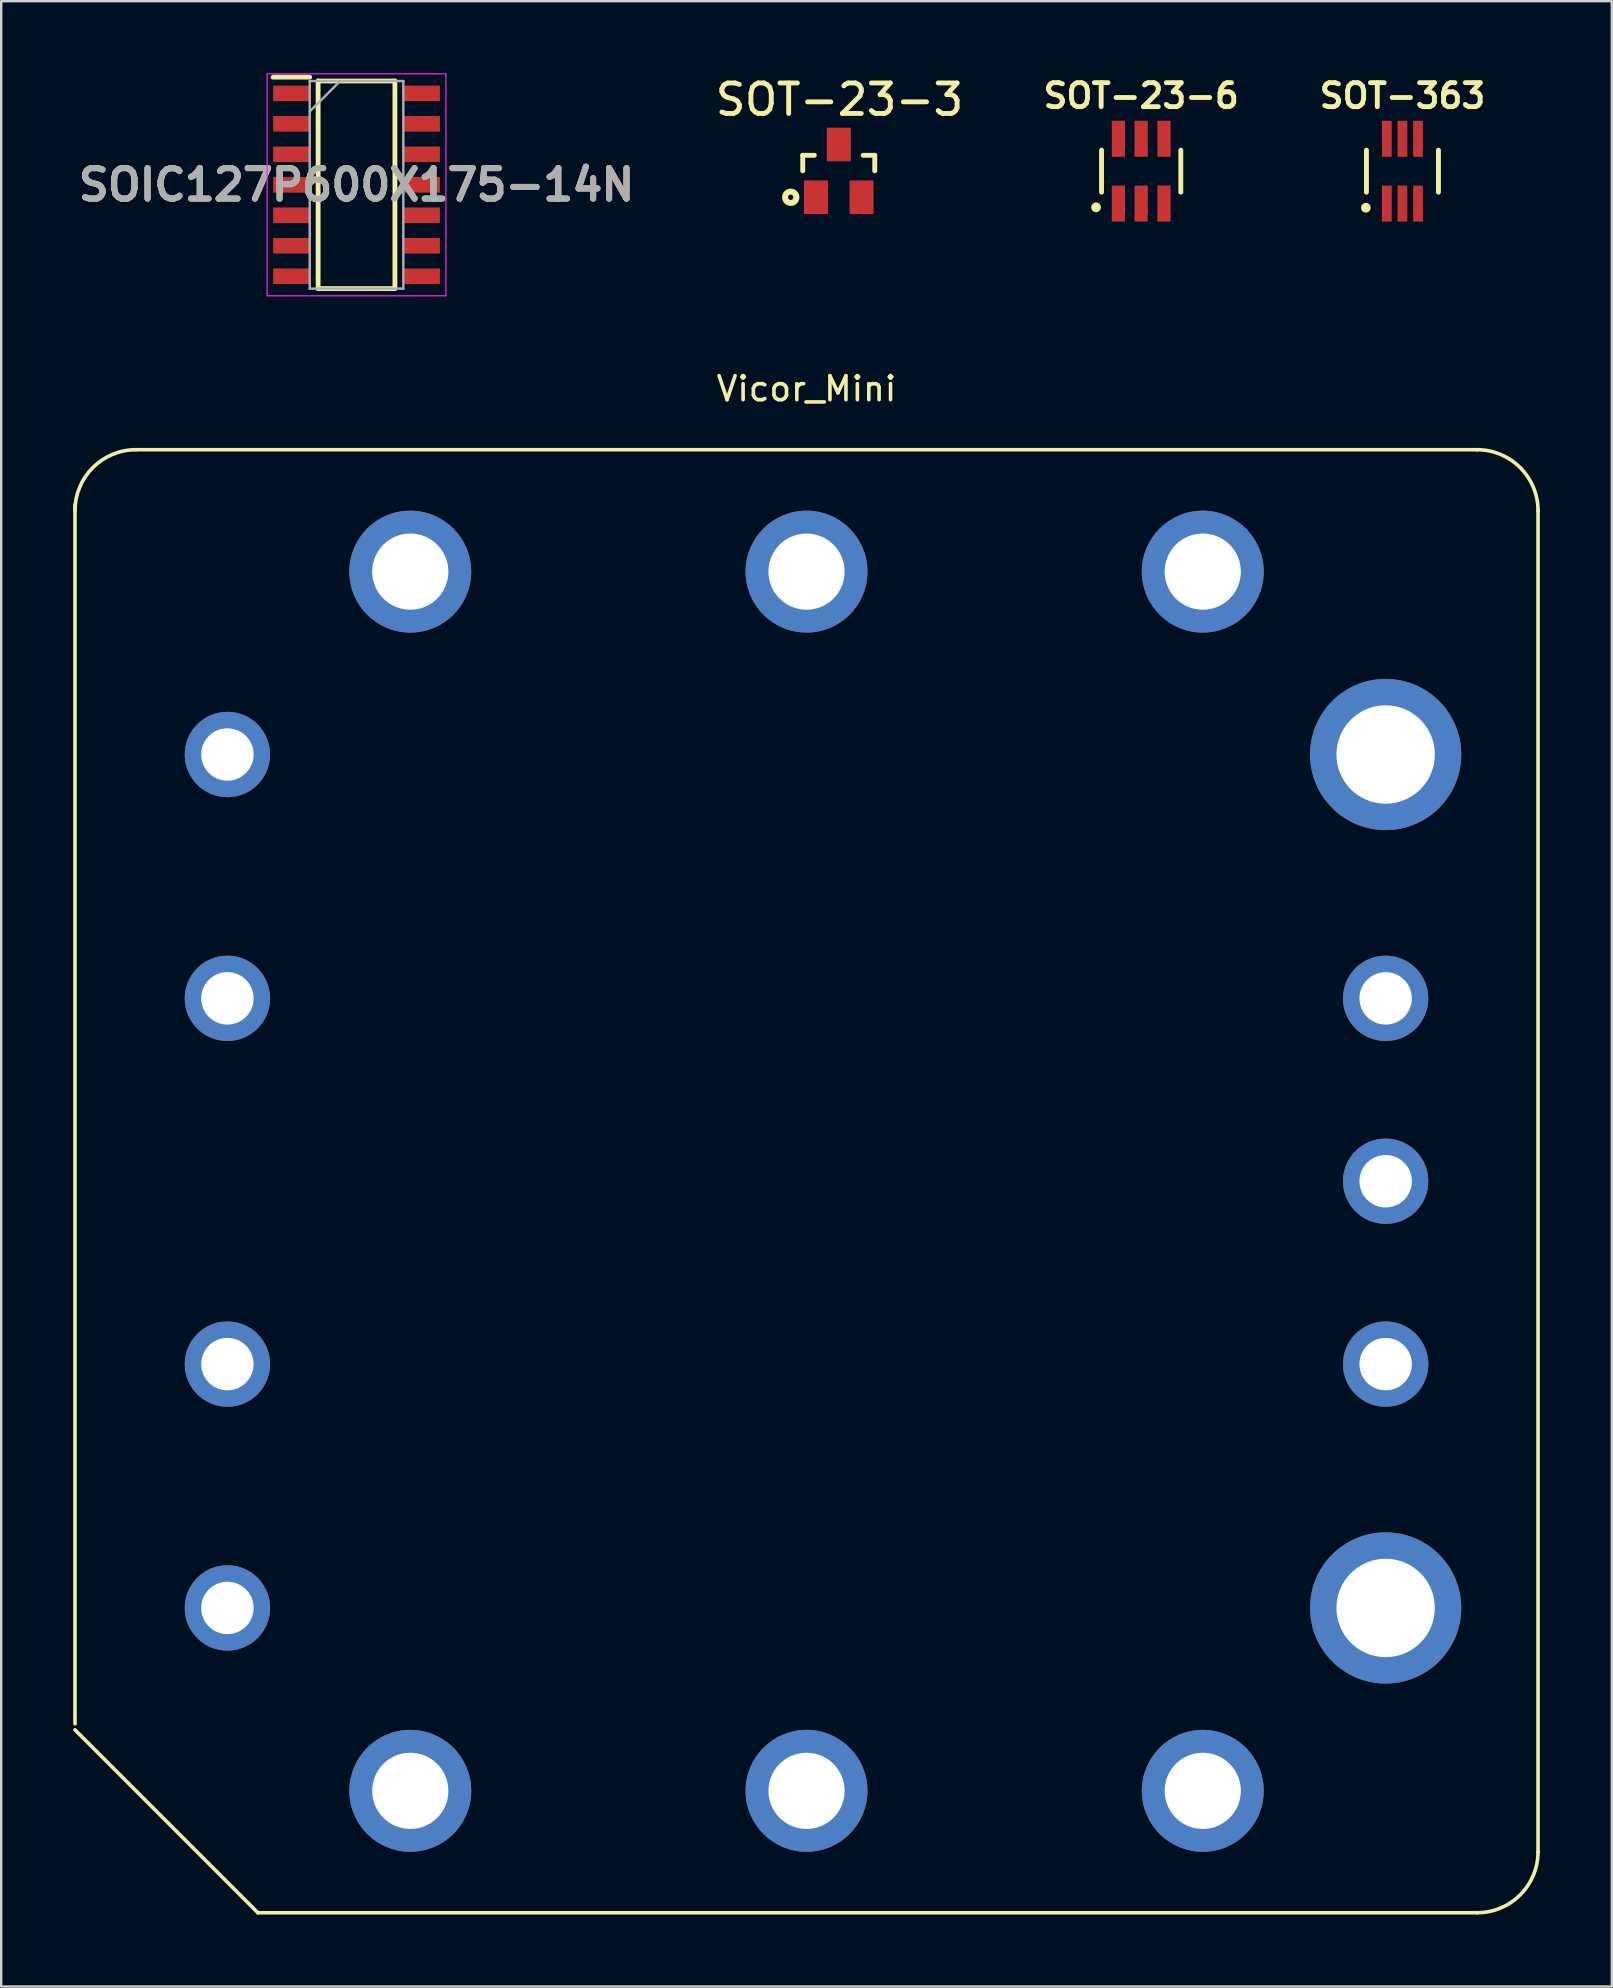
<source format=kicad_pcb>
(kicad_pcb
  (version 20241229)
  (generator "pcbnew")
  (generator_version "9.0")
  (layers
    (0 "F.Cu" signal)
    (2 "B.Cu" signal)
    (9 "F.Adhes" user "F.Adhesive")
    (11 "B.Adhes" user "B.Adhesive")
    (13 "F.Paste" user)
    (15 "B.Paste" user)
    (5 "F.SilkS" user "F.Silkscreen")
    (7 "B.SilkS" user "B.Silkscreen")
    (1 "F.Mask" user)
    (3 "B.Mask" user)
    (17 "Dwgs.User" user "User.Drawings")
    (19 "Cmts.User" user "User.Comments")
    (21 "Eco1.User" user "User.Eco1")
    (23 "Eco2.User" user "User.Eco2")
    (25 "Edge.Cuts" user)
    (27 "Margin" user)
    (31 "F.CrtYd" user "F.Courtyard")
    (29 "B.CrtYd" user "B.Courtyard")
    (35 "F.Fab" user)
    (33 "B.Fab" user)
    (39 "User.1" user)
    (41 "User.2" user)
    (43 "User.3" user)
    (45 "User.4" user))
  (footprint "SOT-363"
    (layer "F.Cu")
    (at 55.385 4.082)
    (property "Reference" "SOT-363" (at 0 -3.14 0) (layer "F.SilkS") (effects (font (size 1 1) (thickness 0.203))))
    (attr through_hole)
    (fp_line (start -1.5 -0.875) (end -1.5 0.875) (stroke (width 0.203) (type solid)) (layer "F.SilkS"))
    (fp_line (start 1.5 -0.875) (end 1.5 0.875) (stroke (width 0.203) (type solid)) (layer "F.SilkS"))
    (fp_circle (center -1.524 1.524) (end -1.422 1.524) (stroke (width 0.203) (type solid)) (fill no) (layer "F.SilkS"))
    (pad "1" smd rect (at -0.65 1.35) (size 0.406 1.5) (layers "F.Cu" "F.Mask" "F.Paste"))
    (pad "2" smd rect (at 0 1.35) (size 0.406 1.5) (layers "F.Cu" "F.Mask" "F.Paste"))
    (pad "3" smd rect (at 0.65 1.35) (size 0.406 1.5) (layers "F.Cu" "F.Mask" "F.Paste"))
    (pad "4" smd rect (at 0.65 -1.35) (size 0.406 1.5) (layers "F.Cu" "F.Mask" "F.Paste"))
    (pad "5" smd rect (at 0 -1.35) (size 0.406 1.5) (layers "F.Cu" "F.Mask" "F.Paste"))
    (pad "6" smd rect (at -0.65 -1.35) (size 0.406 1.5) (layers "F.Cu" "F.Mask" "F.Paste")))
  (footprint "SOT-23-6"
    (layer "F.Cu")
    (at 44.499 4.082)
    (property "Reference" "SOT-23-6" (at 0 -3.14 0) (layer "F.SilkS") (effects (font (size 1 1) (thickness 0.203))))
    (attr through_hole)
    (fp_line (start -1.652 -0.875) (end -1.652 0.875) (stroke (width 0.203) (type solid)) (layer "F.SilkS"))
    (fp_line (start 1.652 -0.875) (end 1.652 0.875) (stroke (width 0.203) (type solid)) (layer "F.SilkS"))
    (fp_circle (center -1.88 1.507) (end -1.81 1.43) (stroke (width 0.2) (type solid)) (fill no) (layer "F.SilkS"))
    (pad "1" smd rect (at -0.95 1.35) (size 0.55 1.5) (layers "F.Cu" "F.Mask" "F.Paste"))
    (pad "2" smd rect (at 0 1.35) (size 0.55 1.5) (layers "F.Cu" "F.Mask" "F.Paste"))
    (pad "3" smd rect (at 0.95 1.35) (size 0.55 1.5) (layers "F.Cu" "F.Mask" "F.Paste"))
    (pad "4" smd rect (at 0.95 -1.35) (size 0.55 1.5) (layers "F.Cu" "F.Mask" "F.Paste"))
    (pad "5" smd rect (at 0 -1.35) (size 0.55 1.5) (layers "F.Cu" "F.Mask" "F.Paste"))
    (pad "6" smd rect (at -0.95 -1.35) (size 0.55 1.5) (layers "F.Cu" "F.Mask" "F.Paste")))
  (footprint "SOIC127P600X175-14N"
    (layer "F.Cu")
    (at 11.805 4.65)
    (property "Reference" "SOIC127P600X175-14N" (at 0 0 0) (layer "F.SilkS") (effects (font (size 1.27 1.27) (thickness 0.254))))
    (attr smd)
    (fp_line (start -3.475 -4.485) (end -1.95 -4.485) (stroke (width 0.2) (type solid)) (layer "F.SilkS"))
    (fp_line (start -1.6 -4.325) (end 1.6 -4.325) (stroke (width 0.2) (type solid)) (layer "F.SilkS"))
    (fp_line (start -1.6 4.325) (end -1.6 -4.325) (stroke (width 0.2) (type solid)) (layer "F.SilkS"))
    (fp_line (start 1.6 -4.325) (end 1.6 4.325) (stroke (width 0.2) (type solid)) (layer "F.SilkS"))
    (fp_line (start 1.6 4.325) (end -1.6 4.325) (stroke (width 0.2) (type solid)) (layer "F.SilkS"))
    (fp_line (start -3.725 -4.625) (end 3.725 -4.625) (stroke (width 0.05) (type solid)) (layer "F.CrtYd"))
    (fp_line (start -3.725 4.625) (end -3.725 -4.625) (stroke (width 0.05) (type solid)) (layer "F.CrtYd"))
    (fp_line (start 3.725 -4.625) (end 3.725 4.625) (stroke (width 0.05) (type solid)) (layer "F.CrtYd"))
    (fp_line (start 3.725 4.625) (end -3.725 4.625) (stroke (width 0.05) (type solid)) (layer "F.CrtYd"))
    (fp_line (start -1.95 -4.325) (end 1.95 -4.325) (stroke (width 0.1) (type solid)) (layer "F.Fab"))
    (fp_line (start -1.95 -3.055) (end -0.68 -4.325) (stroke (width 0.1) (type solid)) (layer "F.Fab"))
    (fp_line (start -1.95 4.325) (end -1.95 -4.325) (stroke (width 0.1) (type solid)) (layer "F.Fab"))
    (fp_line (start 1.95 -4.325) (end 1.95 4.325) (stroke (width 0.1) (type solid)) (layer "F.Fab"))
    (fp_line (start 1.95 4.325) (end -1.95 4.325) (stroke (width 0.1) (type solid)) (layer "F.Fab"))
    (fp_text user "${REFERENCE}" (at 0 0 0) (layer "F.Fab") (effects (font (size 1.27 1.27) (thickness 0.254))))
    (pad "1" smd rect (at -2.712 -3.81 90) (size 0.65 1.525) (layers "F.Cu" "F.Mask" "F.Paste"))
    (pad "2" smd rect (at -2.712 -2.54 90) (size 0.65 1.525) (layers "F.Cu" "F.Mask" "F.Paste"))
    (pad "3" smd rect (at -2.712 -1.27 90) (size 0.65 1.525) (layers "F.Cu" "F.Mask" "F.Paste"))
    (pad "4" smd rect (at -2.712 0 90) (size 0.65 1.525) (layers "F.Cu" "F.Mask" "F.Paste"))
    (pad "5" smd rect (at -2.712 1.27 90) (size 0.65 1.525) (layers "F.Cu" "F.Mask" "F.Paste"))
    (pad "6" smd rect (at -2.712 2.54 90) (size 0.65 1.525) (layers "F.Cu" "F.Mask" "F.Paste"))
    (pad "7" smd rect (at -2.712 3.81 90) (size 0.65 1.525) (layers "F.Cu" "F.Mask" "F.Paste"))
    (pad "8" smd rect (at 2.712 3.81 90) (size 0.65 1.525) (layers "F.Cu" "F.Mask" "F.Paste"))
    (pad "9" smd rect (at 2.712 2.54 90) (size 0.65 1.525) (layers "F.Cu" "F.Mask" "F.Paste"))
    (pad "10" smd rect (at 2.712 1.27 90) (size 0.65 1.525) (layers "F.Cu" "F.Mask" "F.Paste"))
    (pad "11" smd rect (at 2.712 0 90) (size 0.65 1.525) (layers "F.Cu" "F.Mask" "F.Paste"))
    (pad "12" smd rect (at 2.712 -1.27 90) (size 0.65 1.525) (layers "F.Cu" "F.Mask" "F.Paste"))
    (pad "13" smd rect (at 2.712 -2.54 90) (size 0.65 1.525) (layers "F.Cu" "F.Mask" "F.Paste"))
    (pad "14" smd rect (at 2.712 -3.81 90) (size 0.65 1.525) (layers "F.Cu" "F.Mask" "F.Paste")))
  (footprint "SOT-23-3"
    (layer "F.Cu")
    (at 31.898 4.07)
    (property "Reference" "SOT-23-3" (at 0.03 -2.97 0) (layer "F.SilkS") (effects (font (size 1.27 1.27) (thickness 0.203))))
    (attr through_hole)
    (fp_line (start -1.5 -0.65) (end -1.5 0) (stroke (width 0.203) (type solid)) (layer "F.SilkS"))
    (fp_line (start -1.016 -0.65) (end -1.5 -0.65) (stroke (width 0.203) (type solid)) (layer "F.SilkS"))
    (fp_line (start 1.016 -0.65) (end 1.5 -0.65) (stroke (width 0.203) (type solid)) (layer "F.SilkS"))
    (fp_line (start 1.5 -0.65) (end 1.5 0) (stroke (width 0.203) (type solid)) (layer "F.SilkS"))
    (fp_circle (center -2 1.1) (end -1.9 1.15) (stroke (width 0.25) (type solid)) (fill no) (layer "F.SilkS"))
    (pad "1" smd rect (at -0.95 1.1) (size 1 1.4) (layers "F.Cu" "F.Mask" "F.Paste"))
    (pad "2" smd rect (at 0.95 1.1) (size 1 1.4) (layers "F.Cu" "F.Mask" "F.Paste"))
    (pad "3" smd rect (at 0 -1.1) (size 1 1.4) (layers "F.Cu" "F.Mask" "F.Paste")))
  (footprint "Vicor_Mini"
    (layer "F.Cu")
    (at 30.555 46.168)
    (property "Reference" "Vicor_Mini" (at 0 -33.02 0) (layer "F.SilkS") (effects (font (size 1 1) (thickness 0.15))))
    (attr through_hole)
    (fp_line (start -30.48 -28.194) (end -30.48 22.606) (stroke (width 0.15) (type solid)) (layer "F.SilkS"))
    (fp_line (start -30.48 22.86) (end -22.86 30.48) (stroke (width 0.15) (type solid)) (layer "F.SilkS"))
    (fp_line (start -22.86 30.48) (end 27.94 30.48) (stroke (width 0.15) (type solid)) (layer "F.SilkS"))
    (fp_line (start 27.94 -30.48) (end -27.94 -30.48) (stroke (width 0.15) (type solid)) (layer "F.SilkS"))
    (fp_line (start 30.48 27.94) (end 30.48 -27.94) (stroke (width 0.15) (type solid)) (layer "F.SilkS"))
    (fp_arc (start -30.48 -27.94) (mid -29.736051 -29.736051) (end -27.94 -30.48) (stroke (width 0.15) (type solid)) (layer "F.SilkS"))
    (fp_arc (start 27.94 -30.48) (mid 29.736051 -29.736051) (end 30.48 -27.94) (stroke (width 0.15) (type solid)) (layer "F.SilkS"))
    (fp_arc (start 30.48 27.94) (mid 29.736051 29.736051) (end 27.94 30.48) (stroke (width 0.15) (type solid)) (layer "F.SilkS"))
    (pad "1" thru_hole circle (at -24.13 -17.78 90) (size 3.556 3.556) (drill 2.184) (layers "*.Cu" "*.Mask"))
    (pad "2" thru_hole circle (at -24.13 -7.62) (size 3.556 3.556) (drill 2.184) (layers "*.Cu" "*.Mask"))
    (pad "3" thru_hole circle (at -24.13 7.62) (size 3.556 3.556) (drill 2.184) (layers "*.Cu" "*.Mask"))
    (pad "4" thru_hole circle (at -24.13 17.78) (size 3.556 3.556) (drill 2.184) (layers "*.Cu" "*.Mask"))
    (pad "5" thru_hole circle (at 24.13 17.78) (size 6.3 6.3) (drill 4.1) (layers "*.Cu" "*.Mask"))
    (pad "6" thru_hole circle (at 24.13 7.62) (size 3.556 3.556) (drill 2.184) (layers "*.Cu" "*.Mask"))
    (pad "7" thru_hole circle (at 24.13 0) (size 3.556 3.556) (drill 2.184) (layers "*.Cu" "*.Mask"))
    (pad "8" thru_hole circle (at 24.13 -7.62 90) (size 3.556 3.556) (drill 2.184) (layers "*.Cu" "*.Mask"))
    (pad "9" thru_hole circle (at 24.13 -17.78) (size 6.3 6.3) (drill 4.1) (layers "*.Cu" "*.Mask"))
    (pad "10" thru_hole circle (at -16.51 25.4 270) (size 5.08 5.08) (drill 3.175) (layers "*.Cu" "*.Mask"))
    (pad "11" thru_hole circle (at 0 25.4) (size 5.08 5.08) (drill 3.175) (layers "*.Cu" "*.Mask"))
    (pad "12" thru_hole circle (at 16.51 25.4) (size 5.08 5.08) (drill 3.175) (layers "*.Cu" "*.Mask"))
    (pad "13" thru_hole circle (at 16.51 -25.4) (size 5.08 5.08) (drill 3.175) (layers "*.Cu" "*.Mask"))
    (pad "14" thru_hole circle (at 0 -25.4) (size 5.08 5.08) (drill 3.175) (layers "*.Cu" "*.Mask"))
    (pad "15" thru_hole circle (at -16.51 -25.4 270) (size 5.08 5.08) (drill 3.175) (layers "*.Cu" "*.Mask")))
  (gr_rect
    (start -3 -3)
    (end 64.11 79.723)
    (stroke (width 0.1) (type default))
    (fill no)
    (layer "Edge.Cuts")))
</source>
